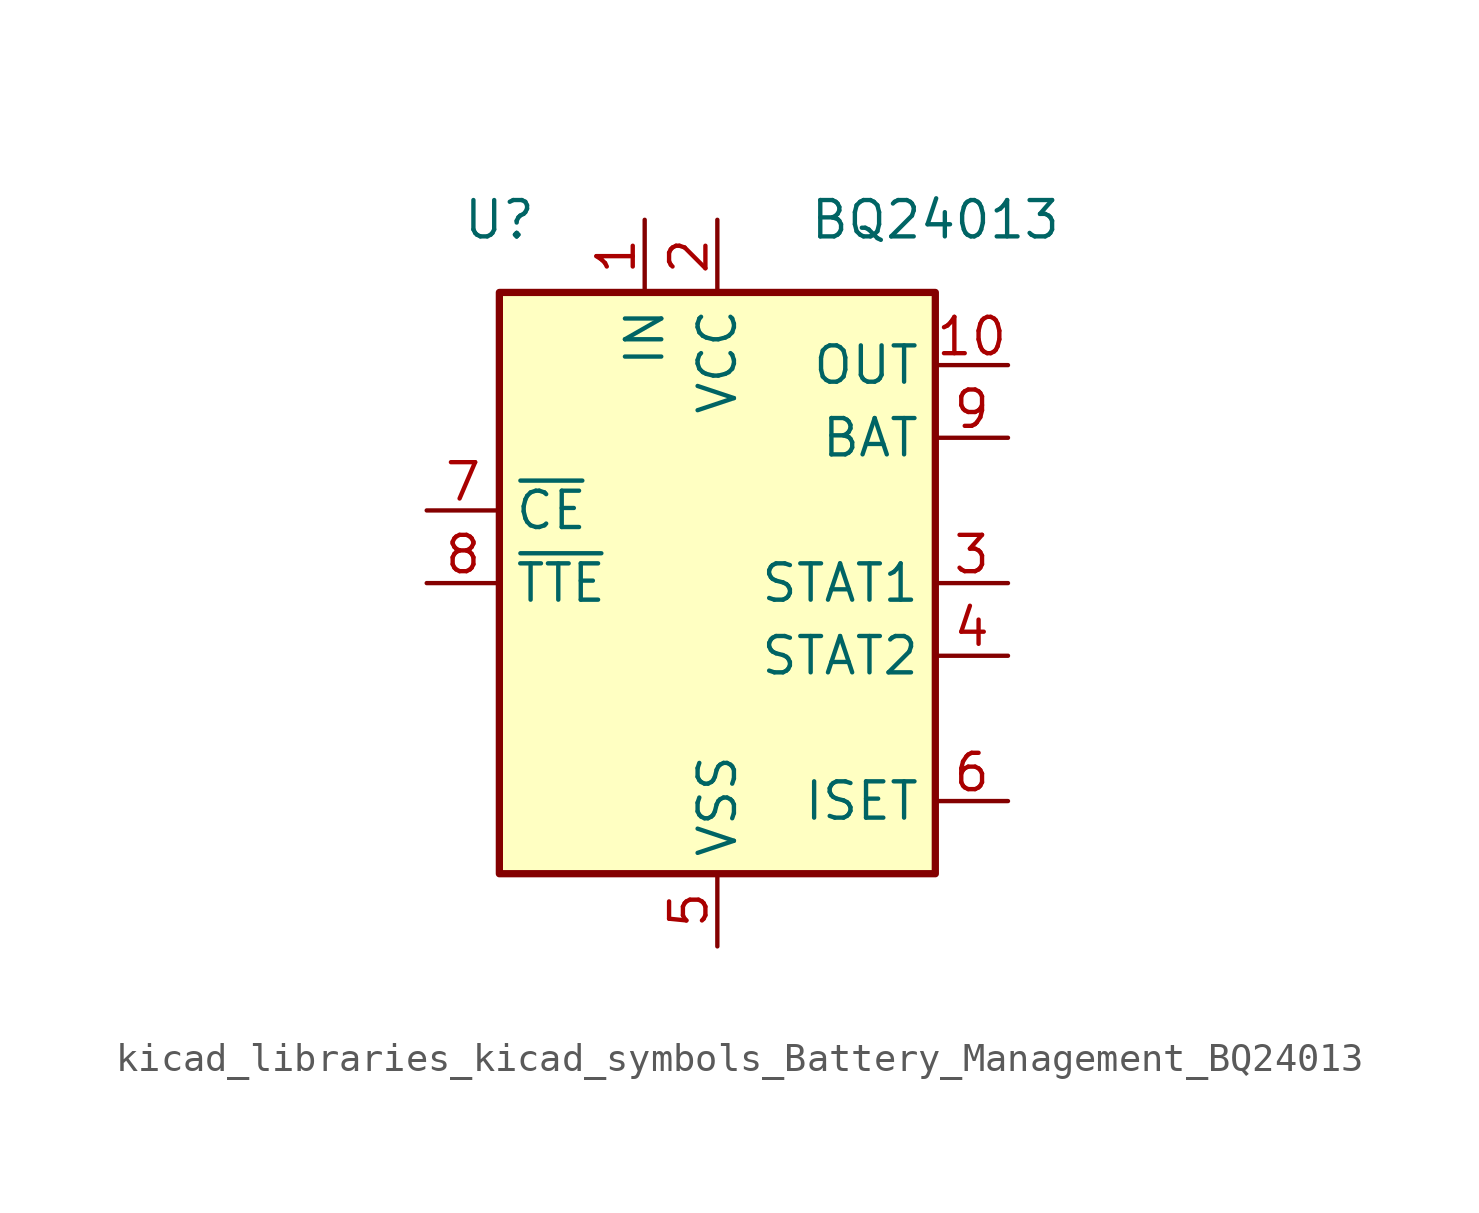
<source format=kicad_sym>
(kicad_symbol_lib
  (version 20220914)
  (generator kicad_symbol_editor)
  (symbol "kicad_libraries_kicad_symbols_Battery_Management_BQ24013"
    (property "Reference" "U"
      (at -7.62 12.7 0)
      (effects (font (size 1.27 1.27))))
    (property "Value" "BQ24013"
      (at 7.62 12.7 0)
      (effects (font (size 1.27 1.27))))
    (symbol "kicad_libraries_kicad_symbols_Battery_Management_BQ24013_0_1"
      (rectangle (start -7.62 10.16) (end 7.62 -10.16) (stroke (width 0.254) (type default)) (fill (type background))))
    (symbol "kicad_libraries_kicad_symbols_Battery_Management_BQ24013_1_1"
      (pin power_in line (at -2.54 12.7 270) (length 2.54) (name "IN" (effects (font (size 1.27 1.27)))) (number "1" (effects (font (size 1.27 1.27)))))
      (pin power_out line (at 10.16 7.62 180) (length 2.54) (name "OUT" (effects (font (size 1.27 1.27)))) (number "10" (effects (font (size 1.27 1.27)))))
      (pin passive line (at 0 -12.7 90) (length 2.54) hide (name "VSS" (effects (font (size 1.27 1.27)))) (number "11" (effects (font (size 1.27 1.27)))))
      (pin power_in line (at 0 12.7 270) (length 2.54) (name "VCC" (effects (font (size 1.27 1.27)))) (number "2" (effects (font (size 1.27 1.27)))))
      (pin open_collector line (at 10.16 0 180) (length 2.54) (name "STAT1" (effects (font (size 1.27 1.27)))) (number "3" (effects (font (size 1.27 1.27)))))
      (pin open_collector line (at 10.16 -2.54 180) (length 2.54) (name "STAT2" (effects (font (size 1.27 1.27)))) (number "4" (effects (font (size 1.27 1.27)))))
      (pin power_in line (at 0 -12.7 90) (length 2.54) (name "VSS" (effects (font (size 1.27 1.27)))) (number "5" (effects (font (size 1.27 1.27)))))
      (pin output line (at 10.16 -7.62 180) (length 2.54) (name "ISET" (effects (font (size 1.27 1.27)))) (number "6" (effects (font (size 1.27 1.27)))))
      (pin input line (at -10.16 2.54 0) (length 2.54) (name "~{CE}" (effects (font (size 1.27 1.27)))) (number "7" (effects (font (size 1.27 1.27)))))
      (pin input line (at -10.16 0 0) (length 2.54) (name "~{TTE}" (effects (font (size 1.27 1.27)))) (number "8" (effects (font (size 1.27 1.27)))))
      (pin input line (at 10.16 5.08 180) (length 2.54) (name "BAT" (effects (font (size 1.27 1.27)))) (number "9" (effects (font (size 1.27 1.27))))))))
</source>
